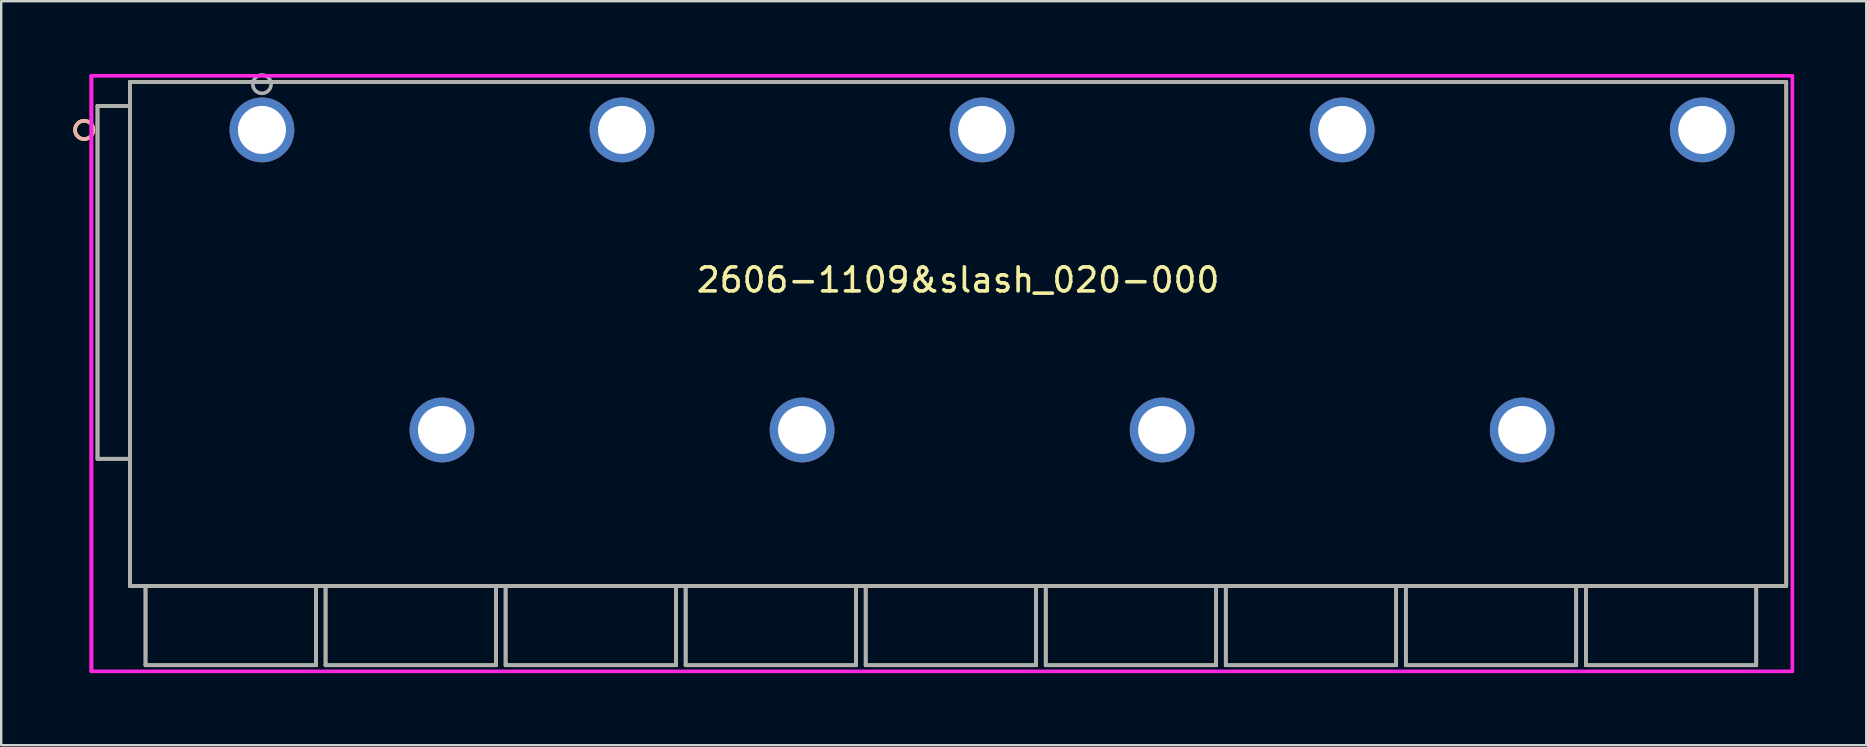
<source format=kicad_pcb>
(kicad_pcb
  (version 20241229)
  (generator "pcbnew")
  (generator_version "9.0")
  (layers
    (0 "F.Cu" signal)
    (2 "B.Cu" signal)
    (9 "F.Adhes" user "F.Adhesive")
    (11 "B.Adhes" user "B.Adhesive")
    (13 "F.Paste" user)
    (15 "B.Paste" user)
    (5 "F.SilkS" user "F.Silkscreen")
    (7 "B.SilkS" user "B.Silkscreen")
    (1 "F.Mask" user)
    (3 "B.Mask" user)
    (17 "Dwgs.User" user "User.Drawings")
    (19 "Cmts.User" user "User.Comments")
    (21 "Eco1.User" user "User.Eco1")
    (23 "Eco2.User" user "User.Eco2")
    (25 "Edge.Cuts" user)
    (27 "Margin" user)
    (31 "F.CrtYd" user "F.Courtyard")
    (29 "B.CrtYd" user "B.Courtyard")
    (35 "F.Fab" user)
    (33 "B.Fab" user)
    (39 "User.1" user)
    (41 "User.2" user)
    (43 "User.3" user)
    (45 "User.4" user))
  (footprint "2606-1109&slash_020-000"
    (layer "F.Cu")
    (at 7.862 2.362)
    (property "Reference" "2606-1109&slash_020-000" (at 29 6.25 0) (layer "F.SilkS") (effects (font (size 1 1) (thickness 0.15))))
    (attr through_hole)
    (fp_line (start -6.85 13.7) (end -6.85 -1) (stroke (width 0.152) (type solid)) (layer "F.SilkS"))
    (fp_line (start -5.5 -1) (end -6.85 -1) (stroke (width 0.152) (type solid)) (layer "F.SilkS"))
    (fp_line (start -5.5 13.7) (end -6.85 13.7) (stroke (width 0.152) (type solid)) (layer "F.SilkS"))
    (fp_line (start -5.5 -2) (end 63.5 -2) (stroke (width 0.152) (type solid)) (layer "F.SilkS"))
    (fp_line (start -5.5 19) (end -5.5 -2) (stroke (width 0.152) (type solid)) (layer "F.SilkS"))
    (fp_line (start -5.5 19) (end 63.5 19) (stroke (width 0.152) (type solid)) (layer "F.SilkS"))
    (fp_line (start -4.85 19) (end -4.85 22.3) (stroke (width 0.152) (type solid)) (layer "F.SilkS"))
    (fp_line (start -4.85 22.3) (end 2.25 22.3) (stroke (width 0.152) (type solid)) (layer "F.SilkS"))
    (fp_line (start 2.25 19) (end 2.25 22.3) (stroke (width 0.152) (type solid)) (layer "F.SilkS"))
    (fp_line (start 2.65 19) (end 2.65 22.3) (stroke (width 0.152) (type solid)) (layer "F.SilkS"))
    (fp_line (start 2.65 22.3) (end 9.75 22.3) (stroke (width 0.152) (type solid)) (layer "F.SilkS"))
    (fp_line (start 9.75 19) (end 9.75 22.3) (stroke (width 0.152) (type solid)) (layer "F.SilkS"))
    (fp_line (start 10.15 19) (end 10.15 22.3) (stroke (width 0.152) (type solid)) (layer "F.SilkS"))
    (fp_line (start 10.15 22.3) (end 17.25 22.3) (stroke (width 0.152) (type solid)) (layer "F.SilkS"))
    (fp_line (start 17.25 19) (end 17.25 22.3) (stroke (width 0.152) (type solid)) (layer "F.SilkS"))
    (fp_line (start 17.65 19) (end 17.65 22.3) (stroke (width 0.152) (type solid)) (layer "F.SilkS"))
    (fp_line (start 17.65 22.3) (end 24.75 22.3) (stroke (width 0.152) (type solid)) (layer "F.SilkS"))
    (fp_line (start 24.75 19) (end 24.75 22.3) (stroke (width 0.152) (type solid)) (layer "F.SilkS"))
    (fp_line (start 25.15 19) (end 25.15 22.3) (stroke (width 0.152) (type solid)) (layer "F.SilkS"))
    (fp_line (start 25.15 22.3) (end 32.25 22.3) (stroke (width 0.152) (type solid)) (layer "F.SilkS"))
    (fp_line (start 32.25 19) (end 32.25 22.3) (stroke (width 0.152) (type solid)) (layer "F.SilkS"))
    (fp_line (start 32.65 19) (end 32.65 22.3) (stroke (width 0.152) (type solid)) (layer "F.SilkS"))
    (fp_line (start 32.65 22.3) (end 39.75 22.3) (stroke (width 0.152) (type solid)) (layer "F.SilkS"))
    (fp_line (start 39.75 19) (end 39.75 22.3) (stroke (width 0.152) (type solid)) (layer "F.SilkS"))
    (fp_line (start 40.15 19) (end 40.15 22.3) (stroke (width 0.152) (type solid)) (layer "F.SilkS"))
    (fp_line (start 40.15 22.3) (end 47.25 22.3) (stroke (width 0.152) (type solid)) (layer "F.SilkS"))
    (fp_line (start 47.25 19) (end 47.25 22.3) (stroke (width 0.152) (type solid)) (layer "F.SilkS"))
    (fp_line (start 47.65 19) (end 47.65 22.3) (stroke (width 0.152) (type solid)) (layer "F.SilkS"))
    (fp_line (start 47.65 22.3) (end 54.75 22.3) (stroke (width 0.152) (type solid)) (layer "F.SilkS"))
    (fp_line (start 54.75 19) (end 54.75 22.3) (stroke (width 0.152) (type solid)) (layer "F.SilkS"))
    (fp_line (start 55.15 19) (end 55.15 22.3) (stroke (width 0.152) (type solid)) (layer "F.SilkS"))
    (fp_line (start 55.15 22.3) (end 62.25 22.3) (stroke (width 0.152) (type solid)) (layer "F.SilkS"))
    (fp_line (start 62.25 19) (end 62.25 22.3) (stroke (width 0.152) (type solid)) (layer "F.SilkS"))
    (fp_line (start 63.5 -2) (end 63.5 19) (stroke (width 0.152) (type solid)) (layer "F.SilkS"))
    (fp_circle (center -7.405 0) (end -7.024 0) (stroke (width 0.152) (type solid)) (fill no) (layer "F.SilkS"))
    (fp_circle (center -7.405 0) (end -7.024 0) (stroke (width 0.152) (type solid)) (fill no) (layer "B.SilkS"))
    (fp_line (start -7.104 -2.254) (end -7.104 22.554) (stroke (width 0.152) (type solid)) (layer "F.CrtYd"))
    (fp_line (start -7.104 -2.254) (end -7.104 22.554) (stroke (width 0.152) (type solid)) (layer "F.CrtYd"))
    (fp_line (start -7.104 22.554) (end 63.754 22.554) (stroke (width 0.152) (type solid)) (layer "F.CrtYd"))
    (fp_line (start 63.754 -2.254) (end -7.104 -2.254) (stroke (width 0.152) (type solid)) (layer "F.CrtYd"))
    (fp_line (start 63.754 22.554) (end 63.754 -2.254) (stroke (width 0.152) (type solid)) (layer "F.CrtYd"))
    (fp_line (start -6.85 13.7) (end -6.85 -1) (stroke (width 0.152) (type solid)) (layer "F.Fab"))
    (fp_line (start -5.5 -1) (end -6.85 -1) (stroke (width 0.152) (type solid)) (layer "F.Fab"))
    (fp_line (start -5.5 13.7) (end -6.85 13.7) (stroke (width 0.152) (type solid)) (layer "F.Fab"))
    (fp_line (start -5.5 -2) (end 63.5 -2) (stroke (width 0.152) (type solid)) (layer "F.Fab"))
    (fp_line (start -5.5 19) (end -5.5 -2) (stroke (width 0.152) (type solid)) (layer "F.Fab"))
    (fp_line (start -5.5 19) (end 63.5 19) (stroke (width 0.152) (type solid)) (layer "F.Fab"))
    (fp_line (start -4.85 19) (end -4.85 22.3) (stroke (width 0.152) (type solid)) (layer "F.Fab"))
    (fp_line (start -4.85 22.3) (end 2.25 22.3) (stroke (width 0.152) (type solid)) (layer "F.Fab"))
    (fp_line (start 2.25 19) (end 2.25 22.3) (stroke (width 0.152) (type solid)) (layer "F.Fab"))
    (fp_line (start 2.65 19) (end 2.65 22.3) (stroke (width 0.152) (type solid)) (layer "F.Fab"))
    (fp_line (start 2.65 22.3) (end 9.75 22.3) (stroke (width 0.152) (type solid)) (layer "F.Fab"))
    (fp_line (start 9.75 19) (end 9.75 22.3) (stroke (width 0.152) (type solid)) (layer "F.Fab"))
    (fp_line (start 10.15 19) (end 10.15 22.3) (stroke (width 0.152) (type solid)) (layer "F.Fab"))
    (fp_line (start 10.15 22.3) (end 17.25 22.3) (stroke (width 0.152) (type solid)) (layer "F.Fab"))
    (fp_line (start 17.25 19) (end 17.25 22.3) (stroke (width 0.152) (type solid)) (layer "F.Fab"))
    (fp_line (start 17.65 19) (end 17.65 22.3) (stroke (width 0.152) (type solid)) (layer "F.Fab"))
    (fp_line (start 17.65 22.3) (end 24.75 22.3) (stroke (width 0.152) (type solid)) (layer "F.Fab"))
    (fp_line (start 24.75 19) (end 24.75 22.3) (stroke (width 0.152) (type solid)) (layer "F.Fab"))
    (fp_line (start 25.15 19) (end 25.15 22.3) (stroke (width 0.152) (type solid)) (layer "F.Fab"))
    (fp_line (start 25.15 22.3) (end 32.25 22.3) (stroke (width 0.152) (type solid)) (layer "F.Fab"))
    (fp_line (start 32.25 19) (end 32.25 22.3) (stroke (width 0.152) (type solid)) (layer "F.Fab"))
    (fp_line (start 32.65 19) (end 32.65 22.3) (stroke (width 0.152) (type solid)) (layer "F.Fab"))
    (fp_line (start 32.65 22.3) (end 39.75 22.3) (stroke (width 0.152) (type solid)) (layer "F.Fab"))
    (fp_line (start 39.75 19) (end 39.75 22.3) (stroke (width 0.152) (type solid)) (layer "F.Fab"))
    (fp_line (start 40.15 19) (end 40.15 22.3) (stroke (width 0.152) (type solid)) (layer "F.Fab"))
    (fp_line (start 40.15 22.3) (end 47.25 22.3) (stroke (width 0.152) (type solid)) (layer "F.Fab"))
    (fp_line (start 47.25 19) (end 47.25 22.3) (stroke (width 0.152) (type solid)) (layer "F.Fab"))
    (fp_line (start 47.65 19) (end 47.65 22.3) (stroke (width 0.152) (type solid)) (layer "F.Fab"))
    (fp_line (start 47.65 22.3) (end 54.75 22.3) (stroke (width 0.152) (type solid)) (layer "F.Fab"))
    (fp_line (start 54.75 19) (end 54.75 22.3) (stroke (width 0.152) (type solid)) (layer "F.Fab"))
    (fp_line (start 55.15 19) (end 55.15 22.3) (stroke (width 0.152) (type solid)) (layer "F.Fab"))
    (fp_line (start 55.15 22.3) (end 62.25 22.3) (stroke (width 0.152) (type solid)) (layer "F.Fab"))
    (fp_line (start 62.25 19) (end 62.25 22.3) (stroke (width 0.152) (type solid)) (layer "F.Fab"))
    (fp_line (start 63.5 -2) (end 63.5 19) (stroke (width 0.152) (type solid)) (layer "F.Fab"))
    (fp_circle (center 0 -1.905) (end 0.381 -1.905) (stroke (width 0.152) (type solid)) (fill no) (layer "F.Fab"))
    (fp_text user "Copyright 2016 Accelerated Designs. All rights reserved." (at 0 0 0) (layer "Cmts.User") (effects (font (size 0.127 0.127) (thickness 0.002))))
    (pad "1" thru_hole circle (at 0 0) (size 2.7 2.7) (drill 2) (layers "*.Cu" "*.Mask"))
    (pad "2" thru_hole circle (at 7.5 12.5) (size 2.7 2.7) (drill 2) (layers "*.Cu" "*.Mask"))
    (pad "3" thru_hole circle (at 15 0) (size 2.7 2.7) (drill 2) (layers "*.Cu" "*.Mask"))
    (pad "4" thru_hole circle (at 22.5 12.5) (size 2.7 2.7) (drill 2) (layers "*.Cu" "*.Mask"))
    (pad "5" thru_hole circle (at 30 0) (size 2.7 2.7) (drill 2) (layers "*.Cu" "*.Mask"))
    (pad "6" thru_hole circle (at 37.5 12.5) (size 2.7 2.7) (drill 2) (layers "*.Cu" "*.Mask"))
    (pad "7" thru_hole circle (at 45 0) (size 2.7 2.7) (drill 2) (layers "*.Cu" "*.Mask"))
    (pad "8" thru_hole circle (at 52.5 12.5) (size 2.7 2.7) (drill 2) (layers "*.Cu" "*.Mask"))
    (pad "9" thru_hole circle (at 60 0) (size 2.7 2.7) (drill 2) (layers "*.Cu" "*.Mask")))
  (gr_rect
    (start -3 -3)
    (end 74.692 27.992)
    (stroke (width 0.1) (type default))
    (fill no)
    (layer "Edge.Cuts")))
</source>
